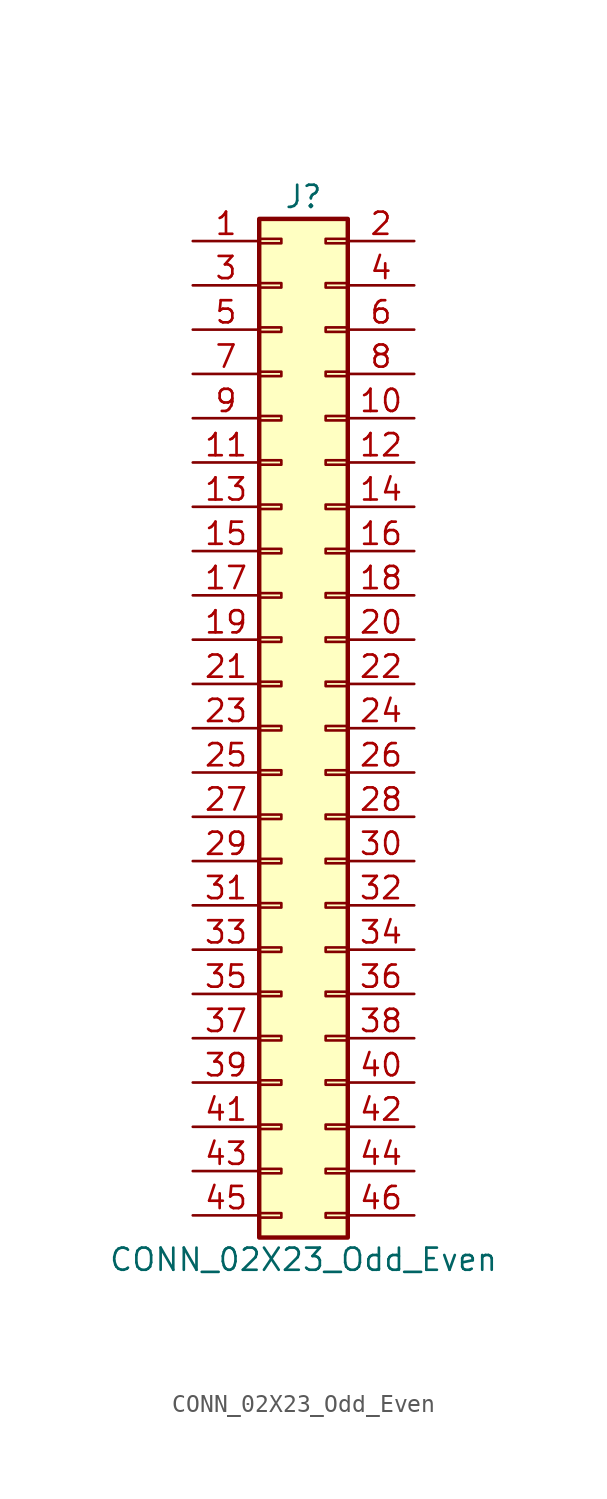
<source format=kicad_sym>
(kicad_symbol_lib
  (version 20211014)
  (generator kicad_symbol_editor)
  (symbol "CONN_02X23_Odd_Even"
    (pin_names
      (offset 1.016) hide)
    (property "Reference" "J"
      (at 1.27 30.48 0)
      (effects (font (size 1.27 1.27))))
    (property "Value" "CONN_02X23_Odd_Even"
      (at 1.27 -30.48 0)
      (effects (font (size 1.27 1.27))))
    (symbol "CONN_02X23_Odd_Even_1_1"
      (rectangle (start -1.27 -27.813) (end 0 -28.067) (stroke (width 0.152) (type default) (color 0 0 0 0)) (fill (type none)))
      (rectangle (start -1.27 -25.273) (end 0 -25.527) (stroke (width 0.152) (type default) (color 0 0 0 0)) (fill (type none)))
      (rectangle (start -1.27 -22.733) (end 0 -22.987) (stroke (width 0.152) (type default) (color 0 0 0 0)) (fill (type none)))
      (rectangle (start -1.27 -20.193) (end 0 -20.447) (stroke (width 0.152) (type default) (color 0 0 0 0)) (fill (type none)))
      (rectangle (start -1.27 -17.653) (end 0 -17.907) (stroke (width 0.152) (type default) (color 0 0 0 0)) (fill (type none)))
      (rectangle (start -1.27 -15.113) (end 0 -15.367) (stroke (width 0.152) (type default) (color 0 0 0 0)) (fill (type none)))
      (rectangle (start -1.27 -12.573) (end 0 -12.827) (stroke (width 0.152) (type default) (color 0 0 0 0)) (fill (type none)))
      (rectangle (start -1.27 -10.033) (end 0 -10.287) (stroke (width 0.152) (type default) (color 0 0 0 0)) (fill (type none)))
      (rectangle (start -1.27 -7.493) (end 0 -7.747) (stroke (width 0.152) (type default) (color 0 0 0 0)) (fill (type none)))
      (rectangle (start -1.27 -4.953) (end 0 -5.207) (stroke (width 0.152) (type default) (color 0 0 0 0)) (fill (type none)))
      (rectangle (start -1.27 -2.413) (end 0 -2.667) (stroke (width 0.152) (type default) (color 0 0 0 0)) (fill (type none)))
      (rectangle (start -1.27 0.127) (end 0 -0.127) (stroke (width 0.152) (type default) (color 0 0 0 0)) (fill (type none)))
      (rectangle (start -1.27 2.667) (end 0 2.413) (stroke (width 0.152) (type default) (color 0 0 0 0)) (fill (type none)))
      (rectangle (start -1.27 5.207) (end 0 4.953) (stroke (width 0.152) (type default) (color 0 0 0 0)) (fill (type none)))
      (rectangle (start -1.27 7.747) (end 0 7.493) (stroke (width 0.152) (type default) (color 0 0 0 0)) (fill (type none)))
      (rectangle (start -1.27 10.287) (end 0 10.033) (stroke (width 0.152) (type default) (color 0 0 0 0)) (fill (type none)))
      (rectangle (start -1.27 12.827) (end 0 12.573) (stroke (width 0.152) (type default) (color 0 0 0 0)) (fill (type none)))
      (rectangle (start -1.27 15.367) (end 0 15.113) (stroke (width 0.152) (type default) (color 0 0 0 0)) (fill (type none)))
      (rectangle (start -1.27 17.907) (end 0 17.653) (stroke (width 0.152) (type default) (color 0 0 0 0)) (fill (type none)))
      (rectangle (start -1.27 20.447) (end 0 20.193) (stroke (width 0.152) (type default) (color 0 0 0 0)) (fill (type none)))
      (rectangle (start -1.27 22.987) (end 0 22.733) (stroke (width 0.152) (type default) (color 0 0 0 0)) (fill (type none)))
      (rectangle (start -1.27 25.527) (end 0 25.273) (stroke (width 0.152) (type default) (color 0 0 0 0)) (fill (type none)))
      (rectangle (start -1.27 28.067) (end 0 27.813) (stroke (width 0.152) (type default) (color 0 0 0 0)) (fill (type none)))
      (rectangle (start -1.27 29.21) (end 3.81 -29.21) (stroke (width 0.254) (type default) (color 0 0 0 0)) (fill (type background)))
      (rectangle (start 3.81 -27.813) (end 2.54 -28.067) (stroke (width 0.152) (type default) (color 0 0 0 0)) (fill (type none)))
      (rectangle (start 3.81 -25.273) (end 2.54 -25.527) (stroke (width 0.152) (type default) (color 0 0 0 0)) (fill (type none)))
      (rectangle (start 3.81 -22.733) (end 2.54 -22.987) (stroke (width 0.152) (type default) (color 0 0 0 0)) (fill (type none)))
      (rectangle (start 3.81 -20.193) (end 2.54 -20.447) (stroke (width 0.152) (type default) (color 0 0 0 0)) (fill (type none)))
      (rectangle (start 3.81 -17.653) (end 2.54 -17.907) (stroke (width 0.152) (type default) (color 0 0 0 0)) (fill (type none)))
      (rectangle (start 3.81 -15.113) (end 2.54 -15.367) (stroke (width 0.152) (type default) (color 0 0 0 0)) (fill (type none)))
      (rectangle (start 3.81 -12.573) (end 2.54 -12.827) (stroke (width 0.152) (type default) (color 0 0 0 0)) (fill (type none)))
      (rectangle (start 3.81 -10.033) (end 2.54 -10.287) (stroke (width 0.152) (type default) (color 0 0 0 0)) (fill (type none)))
      (rectangle (start 3.81 -7.493) (end 2.54 -7.747) (stroke (width 0.152) (type default) (color 0 0 0 0)) (fill (type none)))
      (rectangle (start 3.81 -4.953) (end 2.54 -5.207) (stroke (width 0.152) (type default) (color 0 0 0 0)) (fill (type none)))
      (rectangle (start 3.81 -2.413) (end 2.54 -2.667) (stroke (width 0.152) (type default) (color 0 0 0 0)) (fill (type none)))
      (rectangle (start 3.81 0.127) (end 2.54 -0.127) (stroke (width 0.152) (type default) (color 0 0 0 0)) (fill (type none)))
      (rectangle (start 3.81 2.667) (end 2.54 2.413) (stroke (width 0.152) (type default) (color 0 0 0 0)) (fill (type none)))
      (rectangle (start 3.81 5.207) (end 2.54 4.953) (stroke (width 0.152) (type default) (color 0 0 0 0)) (fill (type none)))
      (rectangle (start 3.81 7.747) (end 2.54 7.493) (stroke (width 0.152) (type default) (color 0 0 0 0)) (fill (type none)))
      (rectangle (start 3.81 10.287) (end 2.54 10.033) (stroke (width 0.152) (type default) (color 0 0 0 0)) (fill (type none)))
      (rectangle (start 3.81 12.827) (end 2.54 12.573) (stroke (width 0.152) (type default) (color 0 0 0 0)) (fill (type none)))
      (rectangle (start 3.81 15.367) (end 2.54 15.113) (stroke (width 0.152) (type default) (color 0 0 0 0)) (fill (type none)))
      (rectangle (start 3.81 17.907) (end 2.54 17.653) (stroke (width 0.152) (type default) (color 0 0 0 0)) (fill (type none)))
      (rectangle (start 3.81 20.447) (end 2.54 20.193) (stroke (width 0.152) (type default) (color 0 0 0 0)) (fill (type none)))
      (rectangle (start 3.81 22.987) (end 2.54 22.733) (stroke (width 0.152) (type default) (color 0 0 0 0)) (fill (type none)))
      (rectangle (start 3.81 25.527) (end 2.54 25.273) (stroke (width 0.152) (type default) (color 0 0 0 0)) (fill (type none)))
      (rectangle (start 3.81 28.067) (end 2.54 27.813) (stroke (width 0.152) (type default) (color 0 0 0 0)) (fill (type none)))
      (pin passive line (at -5.08 27.94 0) (length 3.81) (name "Pin_1" (effects (font (size 1.27 1.27)))) (number "1" (effects (font (size 1.27 1.27)))))
      (pin passive line (at 7.62 17.78 180) (length 3.81) (name "Pin_10" (effects (font (size 1.27 1.27)))) (number "10" (effects (font (size 1.27 1.27)))))
      (pin passive line (at -5.08 15.24 0) (length 3.81) (name "Pin_11" (effects (font (size 1.27 1.27)))) (number "11" (effects (font (size 1.27 1.27)))))
      (pin passive line (at 7.62 15.24 180) (length 3.81) (name "Pin_12" (effects (font (size 1.27 1.27)))) (number "12" (effects (font (size 1.27 1.27)))))
      (pin passive line (at -5.08 12.7 0) (length 3.81) (name "Pin_13" (effects (font (size 1.27 1.27)))) (number "13" (effects (font (size 1.27 1.27)))))
      (pin passive line (at 7.62 12.7 180) (length 3.81) (name "Pin_14" (effects (font (size 1.27 1.27)))) (number "14" (effects (font (size 1.27 1.27)))))
      (pin passive line (at -5.08 10.16 0) (length 3.81) (name "Pin_15" (effects (font (size 1.27 1.27)))) (number "15" (effects (font (size 1.27 1.27)))))
      (pin passive line (at 7.62 10.16 180) (length 3.81) (name "Pin_16" (effects (font (size 1.27 1.27)))) (number "16" (effects (font (size 1.27 1.27)))))
      (pin passive line (at -5.08 7.62 0) (length 3.81) (name "Pin_17" (effects (font (size 1.27 1.27)))) (number "17" (effects (font (size 1.27 1.27)))))
      (pin passive line (at 7.62 7.62 180) (length 3.81) (name "Pin_18" (effects (font (size 1.27 1.27)))) (number "18" (effects (font (size 1.27 1.27)))))
      (pin passive line (at -5.08 5.08 0) (length 3.81) (name "Pin_19" (effects (font (size 1.27 1.27)))) (number "19" (effects (font (size 1.27 1.27)))))
      (pin passive line (at 7.62 27.94 180) (length 3.81) (name "Pin_2" (effects (font (size 1.27 1.27)))) (number "2" (effects (font (size 1.27 1.27)))))
      (pin passive line (at 7.62 5.08 180) (length 3.81) (name "Pin_20" (effects (font (size 1.27 1.27)))) (number "20" (effects (font (size 1.27 1.27)))))
      (pin passive line (at -5.08 2.54 0) (length 3.81) (name "Pin_21" (effects (font (size 1.27 1.27)))) (number "21" (effects (font (size 1.27 1.27)))))
      (pin passive line (at 7.62 2.54 180) (length 3.81) (name "Pin_22" (effects (font (size 1.27 1.27)))) (number "22" (effects (font (size 1.27 1.27)))))
      (pin passive line (at -5.08 0 0) (length 3.81) (name "Pin_23" (effects (font (size 1.27 1.27)))) (number "23" (effects (font (size 1.27 1.27)))))
      (pin passive line (at 7.62 0 180) (length 3.81) (name "Pin_24" (effects (font (size 1.27 1.27)))) (number "24" (effects (font (size 1.27 1.27)))))
      (pin passive line (at -5.08 -2.54 0) (length 3.81) (name "Pin_25" (effects (font (size 1.27 1.27)))) (number "25" (effects (font (size 1.27 1.27)))))
      (pin passive line (at 7.62 -2.54 180) (length 3.81) (name "Pin_26" (effects (font (size 1.27 1.27)))) (number "26" (effects (font (size 1.27 1.27)))))
      (pin passive line (at -5.08 -5.08 0) (length 3.81) (name "Pin_27" (effects (font (size 1.27 1.27)))) (number "27" (effects (font (size 1.27 1.27)))))
      (pin passive line (at 7.62 -5.08 180) (length 3.81) (name "Pin_28" (effects (font (size 1.27 1.27)))) (number "28" (effects (font (size 1.27 1.27)))))
      (pin passive line (at -5.08 -7.62 0) (length 3.81) (name "Pin_29" (effects (font (size 1.27 1.27)))) (number "29" (effects (font (size 1.27 1.27)))))
      (pin passive line (at -5.08 25.4 0) (length 3.81) (name "Pin_3" (effects (font (size 1.27 1.27)))) (number "3" (effects (font (size 1.27 1.27)))))
      (pin passive line (at 7.62 -7.62 180) (length 3.81) (name "Pin_30" (effects (font (size 1.27 1.27)))) (number "30" (effects (font (size 1.27 1.27)))))
      (pin passive line (at -5.08 -10.16 0) (length 3.81) (name "Pin_31" (effects (font (size 1.27 1.27)))) (number "31" (effects (font (size 1.27 1.27)))))
      (pin passive line (at 7.62 -10.16 180) (length 3.81) (name "Pin_32" (effects (font (size 1.27 1.27)))) (number "32" (effects (font (size 1.27 1.27)))))
      (pin passive line (at -5.08 -12.7 0) (length 3.81) (name "Pin_33" (effects (font (size 1.27 1.27)))) (number "33" (effects (font (size 1.27 1.27)))))
      (pin passive line (at 7.62 -12.7 180) (length 3.81) (name "Pin_34" (effects (font (size 1.27 1.27)))) (number "34" (effects (font (size 1.27 1.27)))))
      (pin passive line (at -5.08 -15.24 0) (length 3.81) (name "Pin_35" (effects (font (size 1.27 1.27)))) (number "35" (effects (font (size 1.27 1.27)))))
      (pin passive line (at 7.62 -15.24 180) (length 3.81) (name "Pin_36" (effects (font (size 1.27 1.27)))) (number "36" (effects (font (size 1.27 1.27)))))
      (pin passive line (at -5.08 -17.78 0) (length 3.81) (name "Pin_37" (effects (font (size 1.27 1.27)))) (number "37" (effects (font (size 1.27 1.27)))))
      (pin passive line (at 7.62 -17.78 180) (length 3.81) (name "Pin_38" (effects (font (size 1.27 1.27)))) (number "38" (effects (font (size 1.27 1.27)))))
      (pin passive line (at -5.08 -20.32 0) (length 3.81) (name "Pin_39" (effects (font (size 1.27 1.27)))) (number "39" (effects (font (size 1.27 1.27)))))
      (pin passive line (at 7.62 25.4 180) (length 3.81) (name "Pin_4" (effects (font (size 1.27 1.27)))) (number "4" (effects (font (size 1.27 1.27)))))
      (pin passive line (at 7.62 -20.32 180) (length 3.81) (name "Pin_40" (effects (font (size 1.27 1.27)))) (number "40" (effects (font (size 1.27 1.27)))))
      (pin passive line (at -5.08 -22.86 0) (length 3.81) (name "Pin_41" (effects (font (size 1.27 1.27)))) (number "41" (effects (font (size 1.27 1.27)))))
      (pin passive line (at 7.62 -22.86 180) (length 3.81) (name "Pin_42" (effects (font (size 1.27 1.27)))) (number "42" (effects (font (size 1.27 1.27)))))
      (pin passive line (at -5.08 -25.4 0) (length 3.81) (name "Pin_43" (effects (font (size 1.27 1.27)))) (number "43" (effects (font (size 1.27 1.27)))))
      (pin passive line (at 7.62 -25.4 180) (length 3.81) (name "Pin_44" (effects (font (size 1.27 1.27)))) (number "44" (effects (font (size 1.27 1.27)))))
      (pin passive line (at -5.08 -27.94 0) (length 3.81) (name "Pin_45" (effects (font (size 1.27 1.27)))) (number "45" (effects (font (size 1.27 1.27)))))
      (pin passive line (at 7.62 -27.94 180) (length 3.81) (name "Pin_46" (effects (font (size 1.27 1.27)))) (number "46" (effects (font (size 1.27 1.27)))))
      (pin passive line (at -5.08 22.86 0) (length 3.81) (name "Pin_5" (effects (font (size 1.27 1.27)))) (number "5" (effects (font (size 1.27 1.27)))))
      (pin passive line (at 7.62 22.86 180) (length 3.81) (name "Pin_6" (effects (font (size 1.27 1.27)))) (number "6" (effects (font (size 1.27 1.27)))))
      (pin passive line (at -5.08 20.32 0) (length 3.81) (name "Pin_7" (effects (font (size 1.27 1.27)))) (number "7" (effects (font (size 1.27 1.27)))))
      (pin passive line (at 7.62 20.32 180) (length 3.81) (name "Pin_8" (effects (font (size 1.27 1.27)))) (number "8" (effects (font (size 1.27 1.27)))))
      (pin passive line (at -5.08 17.78 0) (length 3.81) (name "Pin_9" (effects (font (size 1.27 1.27)))) (number "9" (effects (font (size 1.27 1.27))))))))
</source>
